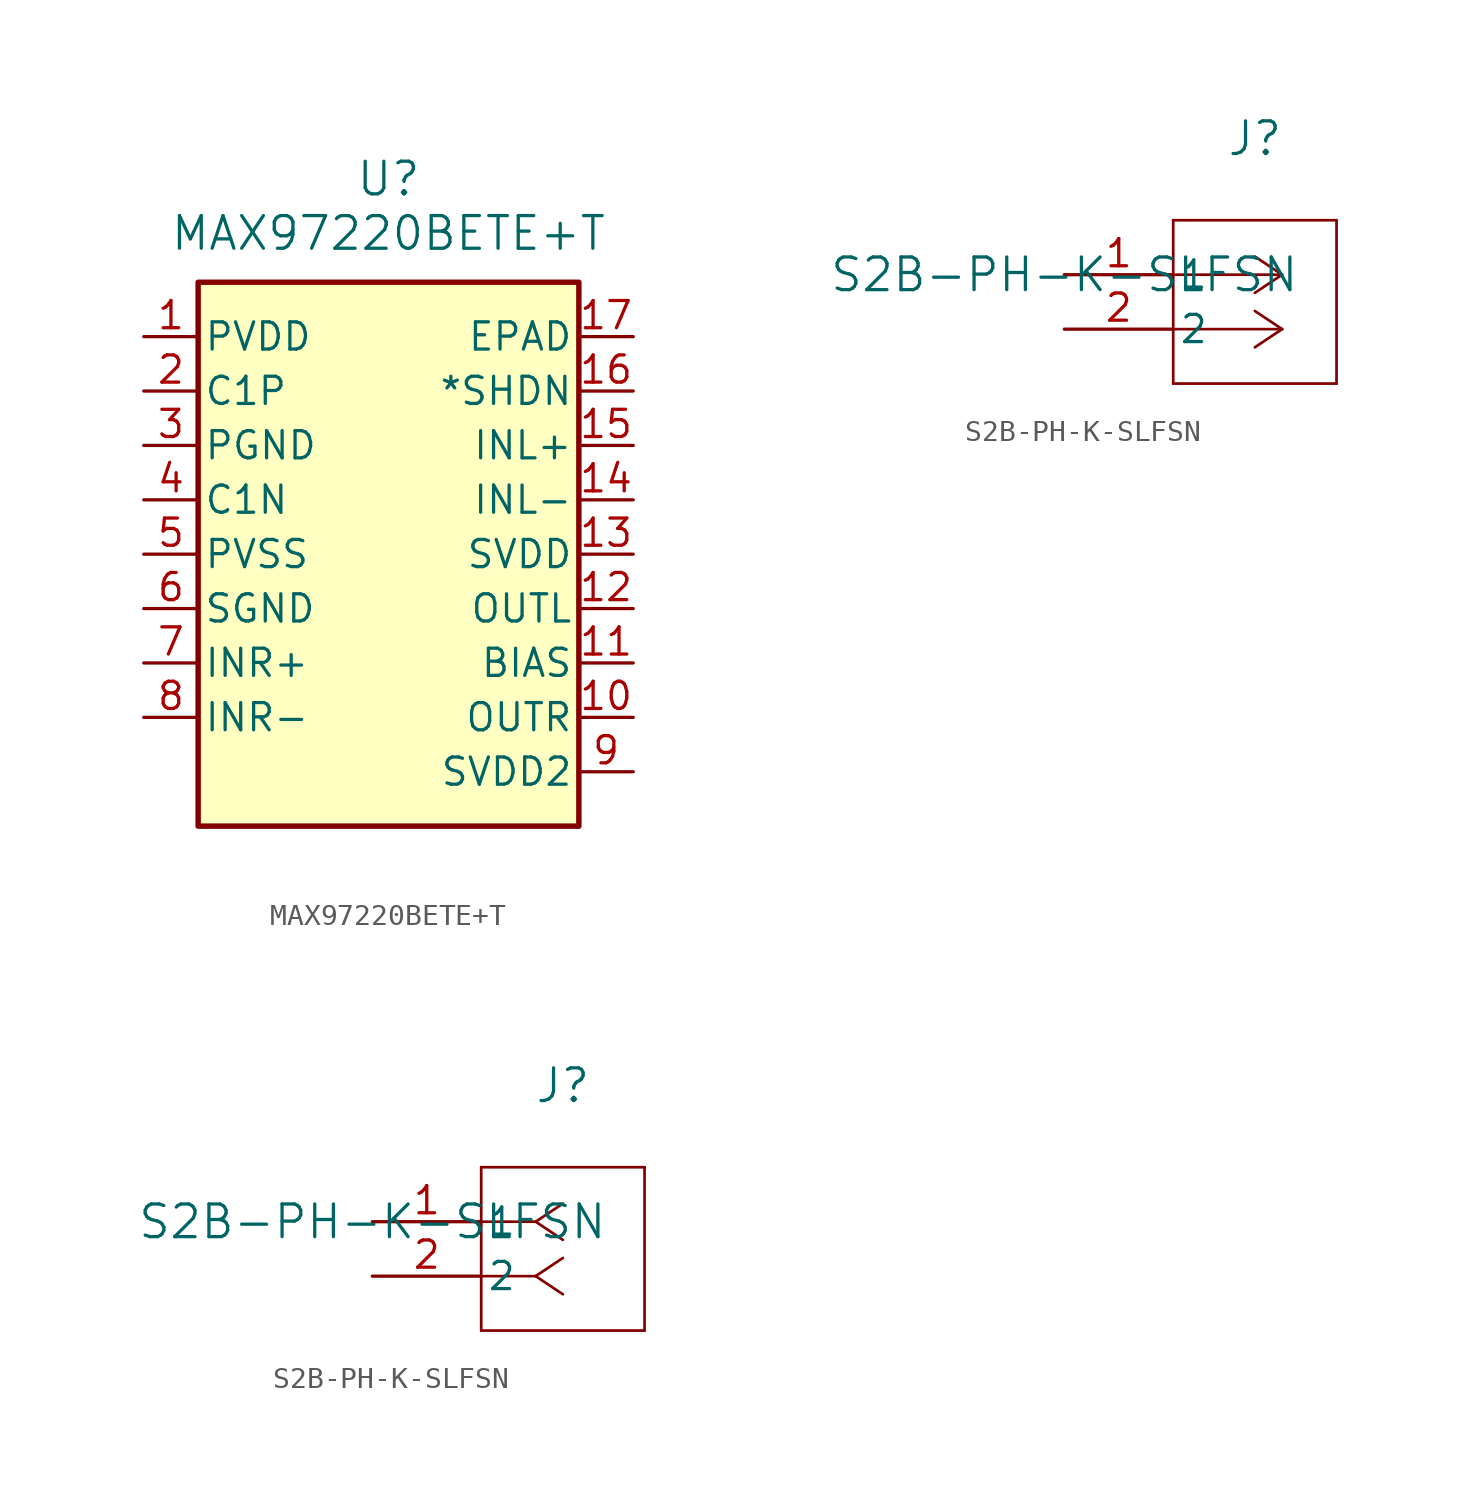
<source format=kicad_sym>
(kicad_symbol_lib
  (version 20231120)
  (generator "kicad_symbol_editor")
  (generator_version "8.0")
  (symbol "MAX97220BETE+T"
    (pin_names
      (offset 0.254))
    (property "Reference" "U"
      (at 16.51 7.366 0)
      (effects (font (size 1.524 1.524))))
    (property "Value" "MAX97220BETE+T"
      (at 16.51 4.826 0)
      (effects (font (size 1.524 1.524))))
    (property "ki_locked" ""
      (at 0 0 0)
      (effects (font (size 1.27 1.27))))
    (symbol "MAX97220BETE+T_0_1"
      (rectangle (start 7.62 2.54) (end 25.4 -22.86) (stroke (width 0.254) (type default)) (fill (type background))))
    (symbol "MAX97220BETE+T_1_1"
      (pin power_in line (at 5.08 0 0) (length 2.54) (name "PVDD" (effects (font (size 1.27 1.27)))) (number "1" (effects (font (size 1.27 1.27)))))
      (pin output line (at 27.94 -17.78 180) (length 2.54) (name "OUTR" (effects (font (size 1.27 1.27)))) (number "10" (effects (font (size 1.27 1.27)))))
      (pin unspecified line (at 27.94 -15.24 180) (length 2.54) (name "BIAS" (effects (font (size 1.27 1.27)))) (number "11" (effects (font (size 1.27 1.27)))))
      (pin output line (at 27.94 -12.7 180) (length 2.54) (name "OUTL" (effects (font (size 1.27 1.27)))) (number "12" (effects (font (size 1.27 1.27)))))
      (pin power_in line (at 27.94 -10.16 180) (length 2.54) (name "SVDD" (effects (font (size 1.27 1.27)))) (number "13" (effects (font (size 1.27 1.27)))))
      (pin input line (at 27.94 -7.62 180) (length 2.54) (name "INL-" (effects (font (size 1.27 1.27)))) (number "14" (effects (font (size 1.27 1.27)))))
      (pin input line (at 27.94 -5.08 180) (length 2.54) (name "INL+" (effects (font (size 1.27 1.27)))) (number "15" (effects (font (size 1.27 1.27)))))
      (pin unspecified line (at 27.94 -2.54 180) (length 2.54) (name "*SHDN" (effects (font (size 1.27 1.27)))) (number "16" (effects (font (size 1.27 1.27)))))
      (pin unspecified line (at 27.94 0 180) (length 2.54) (name "EPAD" (effects (font (size 1.27 1.27)))) (number "17" (effects (font (size 1.27 1.27)))))
      (pin unspecified line (at 5.08 -2.54 0) (length 2.54) (name "C1P" (effects (font (size 1.27 1.27)))) (number "2" (effects (font (size 1.27 1.27)))))
      (pin power_in line (at 5.08 -5.08 0) (length 2.54) (name "PGND" (effects (font (size 1.27 1.27)))) (number "3" (effects (font (size 1.27 1.27)))))
      (pin unspecified line (at 5.08 -7.62 0) (length 2.54) (name "C1N" (effects (font (size 1.27 1.27)))) (number "4" (effects (font (size 1.27 1.27)))))
      (pin power_in line (at 5.08 -10.16 0) (length 2.54) (name "PVSS" (effects (font (size 1.27 1.27)))) (number "5" (effects (font (size 1.27 1.27)))))
      (pin power_in line (at 5.08 -12.7 0) (length 2.54) (name "SGND" (effects (font (size 1.27 1.27)))) (number "6" (effects (font (size 1.27 1.27)))))
      (pin input line (at 5.08 -15.24 0) (length 2.54) (name "INR+" (effects (font (size 1.27 1.27)))) (number "7" (effects (font (size 1.27 1.27)))))
      (pin input line (at 5.08 -17.78 0) (length 2.54) (name "INR-" (effects (font (size 1.27 1.27)))) (number "8" (effects (font (size 1.27 1.27)))))
      (pin power_in line (at 27.94 -20.32 180) (length 2.54) (name "SVDD2" (effects (font (size 1.27 1.27)))) (number "9" (effects (font (size 1.27 1.27)))))))
  (symbol "S2B-PH-K-SLFSN"
    (pin_names
      (offset 0.254))
    (property "Reference" "J"
      (at 8.89 6.35 0)
      (effects (font (size 1.524 1.524))))
    (property "Value" "S2B-PH-K-SLFSN"
      (at 0 0 0)
      (effects (font (size 1.524 1.524))))
    (property "ki_locked" ""
      (at 0 0 0)
      (effects (font (size 1.27 1.27))))
    (symbol "S2B-PH-K-SLFSN_1_1"
      (polyline (pts (xy 5.08 -5.08) (xy 12.7 -5.08)) (stroke (width 0.127) (type default)) (fill (type none)))
      (polyline (pts (xy 5.08 2.54) (xy 5.08 -5.08)) (stroke (width 0.127) (type default)) (fill (type none)))
      (polyline (pts (xy 10.16 -2.54) (xy 5.08 -2.54)) (stroke (width 0.127) (type default)) (fill (type none)))
      (polyline (pts (xy 10.16 -2.54) (xy 8.89 -3.387)) (stroke (width 0.127) (type default)) (fill (type none)))
      (polyline (pts (xy 10.16 -2.54) (xy 8.89 -1.693)) (stroke (width 0.127) (type default)) (fill (type none)))
      (polyline (pts (xy 10.16 0) (xy 5.08 0)) (stroke (width 0.127) (type default)) (fill (type none)))
      (polyline (pts (xy 10.16 0) (xy 8.89 -0.847)) (stroke (width 0.127) (type default)) (fill (type none)))
      (polyline (pts (xy 10.16 0) (xy 8.89 0.847)) (stroke (width 0.127) (type default)) (fill (type none)))
      (polyline (pts (xy 12.7 -5.08) (xy 12.7 2.54)) (stroke (width 0.127) (type default)) (fill (type none)))
      (polyline (pts (xy 12.7 2.54) (xy 5.08 2.54)) (stroke (width 0.127) (type default)) (fill (type none)))
      (pin unspecified line (at 0 0 0) (length 5.08) (name "1" (effects (font (size 1.27 1.27)))) (number "1" (effects (font (size 1.27 1.27)))))
      (pin unspecified line (at 0 -2.54 0) (length 5.08) (name "2" (effects (font (size 1.27 1.27)))) (number "2" (effects (font (size 1.27 1.27))))))
    (symbol "S2B-PH-K-SLFSN_1_2"
      (polyline (pts (xy 5.08 -5.08) (xy 12.7 -5.08)) (stroke (width 0.127) (type default)) (fill (type none)))
      (polyline (pts (xy 5.08 2.54) (xy 5.08 -5.08)) (stroke (width 0.127) (type default)) (fill (type none)))
      (polyline (pts (xy 7.62 -2.54) (xy 5.08 -2.54)) (stroke (width 0.127) (type default)) (fill (type none)))
      (polyline (pts (xy 7.62 -2.54) (xy 8.89 -3.387)) (stroke (width 0.127) (type default)) (fill (type none)))
      (polyline (pts (xy 7.62 -2.54) (xy 8.89 -1.693)) (stroke (width 0.127) (type default)) (fill (type none)))
      (polyline (pts (xy 7.62 0) (xy 5.08 0)) (stroke (width 0.127) (type default)) (fill (type none)))
      (polyline (pts (xy 7.62 0) (xy 8.89 -0.847)) (stroke (width 0.127) (type default)) (fill (type none)))
      (polyline (pts (xy 7.62 0) (xy 8.89 0.847)) (stroke (width 0.127) (type default)) (fill (type none)))
      (polyline (pts (xy 12.7 -5.08) (xy 12.7 2.54)) (stroke (width 0.127) (type default)) (fill (type none)))
      (polyline (pts (xy 12.7 2.54) (xy 5.08 2.54)) (stroke (width 0.127) (type default)) (fill (type none)))
      (pin unspecified line (at 0 0 0) (length 5.08) (name "1" (effects (font (size 1.27 1.27)))) (number "1" (effects (font (size 1.27 1.27)))))
      (pin unspecified line (at 0 -2.54 0) (length 5.08) (name "2" (effects (font (size 1.27 1.27)))) (number "2" (effects (font (size 1.27 1.27))))))))
</source>
